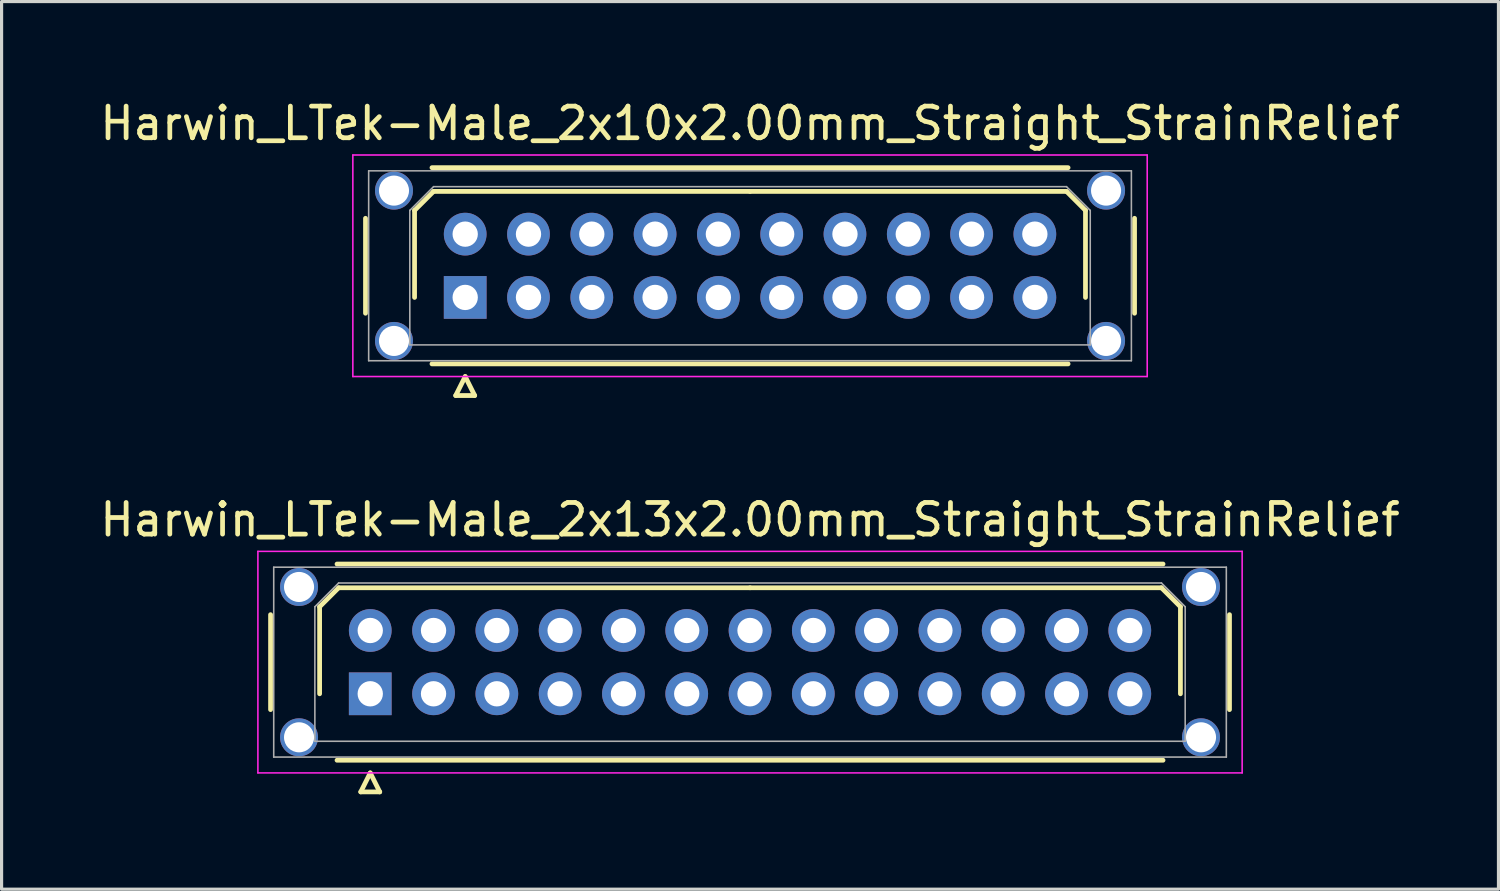
<source format=kicad_pcb>
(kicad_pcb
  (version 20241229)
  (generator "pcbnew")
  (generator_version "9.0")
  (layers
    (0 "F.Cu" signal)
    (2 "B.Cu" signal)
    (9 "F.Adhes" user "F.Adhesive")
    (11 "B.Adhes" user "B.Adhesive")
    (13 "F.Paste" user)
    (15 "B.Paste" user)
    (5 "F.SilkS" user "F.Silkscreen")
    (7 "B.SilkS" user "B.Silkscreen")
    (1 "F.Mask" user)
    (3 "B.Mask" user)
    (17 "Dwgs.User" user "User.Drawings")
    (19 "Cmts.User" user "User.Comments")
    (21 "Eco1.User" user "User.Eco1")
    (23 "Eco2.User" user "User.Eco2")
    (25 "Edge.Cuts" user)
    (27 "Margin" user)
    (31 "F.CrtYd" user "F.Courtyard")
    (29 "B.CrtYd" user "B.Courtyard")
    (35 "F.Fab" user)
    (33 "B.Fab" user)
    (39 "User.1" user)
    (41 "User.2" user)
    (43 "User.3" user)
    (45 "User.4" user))
  (footprint "Harwin_LTek-Male_2x13x2.00mm_Straight_StrainRelief"
    (layer "F.Cu")
    (at 8.649 18.872)
    (property "Reference" "Harwin_LTek-Male_2x13x2.00mm_Straight_StrainRelief" (at 12 -5.5 0) (layer "F.SilkS") (effects (font (size 1 1) (thickness 0.15))))
    (attr through_hole)
    (fp_line (start -3.15 -2.5) (end -3.15 0.5) (stroke (width 0.15) (type solid)) (layer "F.SilkS"))
    (fp_line (start -1.6 -2.75) (end -1 -3.35) (stroke (width 0.15) (type solid)) (layer "F.SilkS"))
    (fp_line (start -1.6 0) (end -1.6 -2.75) (stroke (width 0.15) (type solid)) (layer "F.SilkS"))
    (fp_line (start -1.05 -4.1) (end 25.05 -4.1) (stroke (width 0.15) (type solid)) (layer "F.SilkS"))
    (fp_line (start -1.05 2.1) (end 25.05 2.1) (stroke (width 0.15) (type solid)) (layer "F.SilkS"))
    (fp_line (start -1 -3.35) (end 12 -3.35) (stroke (width 0.15) (type solid)) (layer "F.SilkS"))
    (fp_line (start -0.3 3.1) (end 0.3 3.1) (stroke (width 0.15) (type solid)) (layer "F.SilkS"))
    (fp_line (start 0 2.5) (end -0.3 3.1) (stroke (width 0.15) (type solid)) (layer "F.SilkS"))
    (fp_line (start 0.3 3.1) (end 0 2.5) (stroke (width 0.15) (type solid)) (layer "F.SilkS"))
    (fp_line (start 25 -3.35) (end 12 -3.35) (stroke (width 0.15) (type solid)) (layer "F.SilkS"))
    (fp_line (start 25.6 -2.75) (end 25 -3.35) (stroke (width 0.15) (type solid)) (layer "F.SilkS"))
    (fp_line (start 25.6 0) (end 25.6 -2.75) (stroke (width 0.15) (type solid)) (layer "F.SilkS"))
    (fp_line (start 27.15 -2.5) (end 27.15 0.5) (stroke (width 0.15) (type solid)) (layer "F.SilkS"))
    (fp_line (start -3.55 -4.5) (end -3.55 2.5) (stroke (width 0.05) (type solid)) (layer "F.CrtYd"))
    (fp_line (start -3.55 2.5) (end 27.55 2.5) (stroke (width 0.05) (type solid)) (layer "F.CrtYd"))
    (fp_line (start 27.55 -4.5) (end -3.55 -4.5) (stroke (width 0.05) (type solid)) (layer "F.CrtYd"))
    (fp_line (start 27.55 2.5) (end 27.55 -4.5) (stroke (width 0.05) (type solid)) (layer "F.CrtYd"))
    (fp_line (start -3.05 -4) (end -3.05 2) (stroke (width 0.05) (type solid)) (layer "F.Fab"))
    (fp_line (start -3.05 2) (end 27.05 2) (stroke (width 0.05) (type solid)) (layer "F.Fab"))
    (fp_line (start -1.75 -2.75) (end -1 -3.5) (stroke (width 0.05) (type solid)) (layer "F.Fab"))
    (fp_line (start -1.75 1.5) (end -1.75 -2.75) (stroke (width 0.05) (type solid)) (layer "F.Fab"))
    (fp_line (start -1 -3.5) (end 25 -3.5) (stroke (width 0.05) (type solid)) (layer "F.Fab"))
    (fp_line (start 25 -3.5) (end 25.75 -2.75) (stroke (width 0.05) (type solid)) (layer "F.Fab"))
    (fp_line (start 25.75 -2.75) (end 25.75 1.5) (stroke (width 0.05) (type solid)) (layer "F.Fab"))
    (fp_line (start 25.75 1.5) (end -1.75 1.5) (stroke (width 0.05) (type solid)) (layer "F.Fab"))
    (fp_line (start 27.05 -4) (end -3.05 -4) (stroke (width 0.05) (type solid)) (layer "F.Fab"))
    (fp_line (start 27.05 2) (end 27.05 -4) (stroke (width 0.05) (type solid)) (layer "F.Fab"))
    (pad "" thru_hole circle (at -2.25 -3.375) (size 1.2 1.2) (drill 0.95) (layers "*.Cu" "*.Mask"))
    (pad "" thru_hole circle (at -2.25 1.375) (size 1.2 1.2) (drill 0.95) (layers "*.Cu" "*.Mask"))
    (pad "" thru_hole circle (at 26.25 -3.375) (size 1.2 1.2) (drill 0.95) (layers "*.Cu" "*.Mask"))
    (pad "" thru_hole circle (at 26.25 1.375) (size 1.2 1.2) (drill 0.95) (layers "*.Cu" "*.Mask"))
    (pad "1" thru_hole rect (at 0 0) (size 1.35 1.35) (drill 0.8) (layers "*.Cu" "*.Mask"))
    (pad "2" thru_hole circle (at 0 -2) (size 1.35 1.35) (drill 0.8) (layers "*.Cu" "*.Mask"))
    (pad "3" thru_hole circle (at 2 0) (size 1.35 1.35) (drill 0.8) (layers "*.Cu" "*.Mask"))
    (pad "4" thru_hole circle (at 2 -2) (size 1.35 1.35) (drill 0.8) (layers "*.Cu" "*.Mask"))
    (pad "5" thru_hole circle (at 4 0) (size 1.35 1.35) (drill 0.8) (layers "*.Cu" "*.Mask"))
    (pad "6" thru_hole circle (at 4 -2) (size 1.35 1.35) (drill 0.8) (layers "*.Cu" "*.Mask"))
    (pad "7" thru_hole circle (at 6 0) (size 1.35 1.35) (drill 0.8) (layers "*.Cu" "*.Mask"))
    (pad "8" thru_hole circle (at 6 -2) (size 1.35 1.35) (drill 0.8) (layers "*.Cu" "*.Mask"))
    (pad "9" thru_hole circle (at 8 0) (size 1.35 1.35) (drill 0.8) (layers "*.Cu" "*.Mask"))
    (pad "10" thru_hole circle (at 8 -2) (size 1.35 1.35) (drill 0.8) (layers "*.Cu" "*.Mask"))
    (pad "11" thru_hole circle (at 10 0) (size 1.35 1.35) (drill 0.8) (layers "*.Cu" "*.Mask"))
    (pad "12" thru_hole circle (at 10 -2) (size 1.35 1.35) (drill 0.8) (layers "*.Cu" "*.Mask"))
    (pad "13" thru_hole circle (at 12 0) (size 1.35 1.35) (drill 0.8) (layers "*.Cu" "*.Mask"))
    (pad "14" thru_hole circle (at 12 -2) (size 1.35 1.35) (drill 0.8) (layers "*.Cu" "*.Mask"))
    (pad "15" thru_hole circle (at 14 0) (size 1.35 1.35) (drill 0.8) (layers "*.Cu" "*.Mask"))
    (pad "16" thru_hole circle (at 14 -2) (size 1.35 1.35) (drill 0.8) (layers "*.Cu" "*.Mask"))
    (pad "17" thru_hole circle (at 16 0) (size 1.35 1.35) (drill 0.8) (layers "*.Cu" "*.Mask"))
    (pad "18" thru_hole circle (at 16 -2) (size 1.35 1.35) (drill 0.8) (layers "*.Cu" "*.Mask"))
    (pad "19" thru_hole circle (at 18 0) (size 1.35 1.35) (drill 0.8) (layers "*.Cu" "*.Mask"))
    (pad "20" thru_hole circle (at 18 -2) (size 1.35 1.35) (drill 0.8) (layers "*.Cu" "*.Mask"))
    (pad "21" thru_hole circle (at 20 0) (size 1.35 1.35) (drill 0.8) (layers "*.Cu" "*.Mask"))
    (pad "22" thru_hole circle (at 20 -2) (size 1.35 1.35) (drill 0.8) (layers "*.Cu" "*.Mask"))
    (pad "23" thru_hole circle (at 22 0) (size 1.35 1.35) (drill 0.8) (layers "*.Cu" "*.Mask"))
    (pad "24" thru_hole circle (at 22 -2) (size 1.35 1.35) (drill 0.8) (layers "*.Cu" "*.Mask"))
    (pad "25" thru_hole circle (at 24 0) (size 1.35 1.35) (drill 0.8) (layers "*.Cu" "*.Mask"))
    (pad "26" thru_hole circle (at 24 -2) (size 1.35 1.35) (drill 0.8) (layers "*.Cu" "*.Mask")))
  (footprint "Harwin_LTek-Male_2x10x2.00mm_Straight_StrainRelief"
    (layer "F.Cu")
    (at 11.649 6.348)
    (property "Reference" "Harwin_LTek-Male_2x10x2.00mm_Straight_StrainRelief" (at 9 -5.5 0) (layer "F.SilkS") (effects (font (size 1 1) (thickness 0.15))))
    (attr through_hole)
    (fp_line (start -3.15 -2.5) (end -3.15 0.5) (stroke (width 0.15) (type solid)) (layer "F.SilkS"))
    (fp_line (start -1.6 -2.75) (end -1 -3.35) (stroke (width 0.15) (type solid)) (layer "F.SilkS"))
    (fp_line (start -1.6 0) (end -1.6 -2.75) (stroke (width 0.15) (type solid)) (layer "F.SilkS"))
    (fp_line (start -1.05 -4.1) (end 19.05 -4.1) (stroke (width 0.15) (type solid)) (layer "F.SilkS"))
    (fp_line (start -1.05 2.1) (end 19.05 2.1) (stroke (width 0.15) (type solid)) (layer "F.SilkS"))
    (fp_line (start -1 -3.35) (end 9 -3.35) (stroke (width 0.15) (type solid)) (layer "F.SilkS"))
    (fp_line (start -0.3 3.1) (end 0.3 3.1) (stroke (width 0.15) (type solid)) (layer "F.SilkS"))
    (fp_line (start 0 2.5) (end -0.3 3.1) (stroke (width 0.15) (type solid)) (layer "F.SilkS"))
    (fp_line (start 0.3 3.1) (end 0 2.5) (stroke (width 0.15) (type solid)) (layer "F.SilkS"))
    (fp_line (start 19 -3.35) (end 9 -3.35) (stroke (width 0.15) (type solid)) (layer "F.SilkS"))
    (fp_line (start 19.6 -2.75) (end 19 -3.35) (stroke (width 0.15) (type solid)) (layer "F.SilkS"))
    (fp_line (start 19.6 0) (end 19.6 -2.75) (stroke (width 0.15) (type solid)) (layer "F.SilkS"))
    (fp_line (start 21.15 -2.5) (end 21.15 0.5) (stroke (width 0.15) (type solid)) (layer "F.SilkS"))
    (fp_line (start -3.55 -4.5) (end -3.55 2.5) (stroke (width 0.05) (type solid)) (layer "F.CrtYd"))
    (fp_line (start -3.55 2.5) (end 21.55 2.5) (stroke (width 0.05) (type solid)) (layer "F.CrtYd"))
    (fp_line (start 21.55 -4.5) (end -3.55 -4.5) (stroke (width 0.05) (type solid)) (layer "F.CrtYd"))
    (fp_line (start 21.55 2.5) (end 21.55 -4.5) (stroke (width 0.05) (type solid)) (layer "F.CrtYd"))
    (fp_line (start -3.05 -4) (end -3.05 2) (stroke (width 0.05) (type solid)) (layer "F.Fab"))
    (fp_line (start -3.05 2) (end 21.05 2) (stroke (width 0.05) (type solid)) (layer "F.Fab"))
    (fp_line (start -1.75 -2.75) (end -1 -3.5) (stroke (width 0.05) (type solid)) (layer "F.Fab"))
    (fp_line (start -1.75 1.5) (end -1.75 -2.75) (stroke (width 0.05) (type solid)) (layer "F.Fab"))
    (fp_line (start -1 -3.5) (end 19 -3.5) (stroke (width 0.05) (type solid)) (layer "F.Fab"))
    (fp_line (start 19 -3.5) (end 19.75 -2.75) (stroke (width 0.05) (type solid)) (layer "F.Fab"))
    (fp_line (start 19.75 -2.75) (end 19.75 1.5) (stroke (width 0.05) (type solid)) (layer "F.Fab"))
    (fp_line (start 19.75 1.5) (end -1.75 1.5) (stroke (width 0.05) (type solid)) (layer "F.Fab"))
    (fp_line (start 21.05 -4) (end -3.05 -4) (stroke (width 0.05) (type solid)) (layer "F.Fab"))
    (fp_line (start 21.05 2) (end 21.05 -4) (stroke (width 0.05) (type solid)) (layer "F.Fab"))
    (pad "" thru_hole circle (at -2.25 -3.375) (size 1.2 1.2) (drill 0.95) (layers "*.Cu" "*.Mask"))
    (pad "" thru_hole circle (at -2.25 1.375) (size 1.2 1.2) (drill 0.95) (layers "*.Cu" "*.Mask"))
    (pad "" thru_hole circle (at 20.25 -3.375) (size 1.2 1.2) (drill 0.95) (layers "*.Cu" "*.Mask"))
    (pad "" thru_hole circle (at 20.25 1.375) (size 1.2 1.2) (drill 0.95) (layers "*.Cu" "*.Mask"))
    (pad "1" thru_hole rect (at 0 0) (size 1.35 1.35) (drill 0.8) (layers "*.Cu" "*.Mask"))
    (pad "2" thru_hole circle (at 0 -2) (size 1.35 1.35) (drill 0.8) (layers "*.Cu" "*.Mask"))
    (pad "3" thru_hole circle (at 2 0) (size 1.35 1.35) (drill 0.8) (layers "*.Cu" "*.Mask"))
    (pad "4" thru_hole circle (at 2 -2) (size 1.35 1.35) (drill 0.8) (layers "*.Cu" "*.Mask"))
    (pad "5" thru_hole circle (at 4 0) (size 1.35 1.35) (drill 0.8) (layers "*.Cu" "*.Mask"))
    (pad "6" thru_hole circle (at 4 -2) (size 1.35 1.35) (drill 0.8) (layers "*.Cu" "*.Mask"))
    (pad "7" thru_hole circle (at 6 0) (size 1.35 1.35) (drill 0.8) (layers "*.Cu" "*.Mask"))
    (pad "8" thru_hole circle (at 6 -2) (size 1.35 1.35) (drill 0.8) (layers "*.Cu" "*.Mask"))
    (pad "9" thru_hole circle (at 8 0) (size 1.35 1.35) (drill 0.8) (layers "*.Cu" "*.Mask"))
    (pad "10" thru_hole circle (at 8 -2) (size 1.35 1.35) (drill 0.8) (layers "*.Cu" "*.Mask"))
    (pad "11" thru_hole circle (at 10 0) (size 1.35 1.35) (drill 0.8) (layers "*.Cu" "*.Mask"))
    (pad "12" thru_hole circle (at 10 -2) (size 1.35 1.35) (drill 0.8) (layers "*.Cu" "*.Mask"))
    (pad "13" thru_hole circle (at 12 0) (size 1.35 1.35) (drill 0.8) (layers "*.Cu" "*.Mask"))
    (pad "14" thru_hole circle (at 12 -2) (size 1.35 1.35) (drill 0.8) (layers "*.Cu" "*.Mask"))
    (pad "15" thru_hole circle (at 14 0) (size 1.35 1.35) (drill 0.8) (layers "*.Cu" "*.Mask"))
    (pad "16" thru_hole circle (at 14 -2) (size 1.35 1.35) (drill 0.8) (layers "*.Cu" "*.Mask"))
    (pad "17" thru_hole circle (at 16 0) (size 1.35 1.35) (drill 0.8) (layers "*.Cu" "*.Mask"))
    (pad "18" thru_hole circle (at 16 -2) (size 1.35 1.35) (drill 0.8) (layers "*.Cu" "*.Mask"))
    (pad "19" thru_hole circle (at 18 0) (size 1.35 1.35) (drill 0.8) (layers "*.Cu" "*.Mask"))
    (pad "20" thru_hole circle (at 18 -2) (size 1.35 1.35) (drill 0.8) (layers "*.Cu" "*.Mask")))
  (gr_rect
    (start -3 -3)
    (end 44.298 25.047)
    (stroke (width 0.1) (type default))
    (fill no)
    (layer "Edge.Cuts")))
</source>
